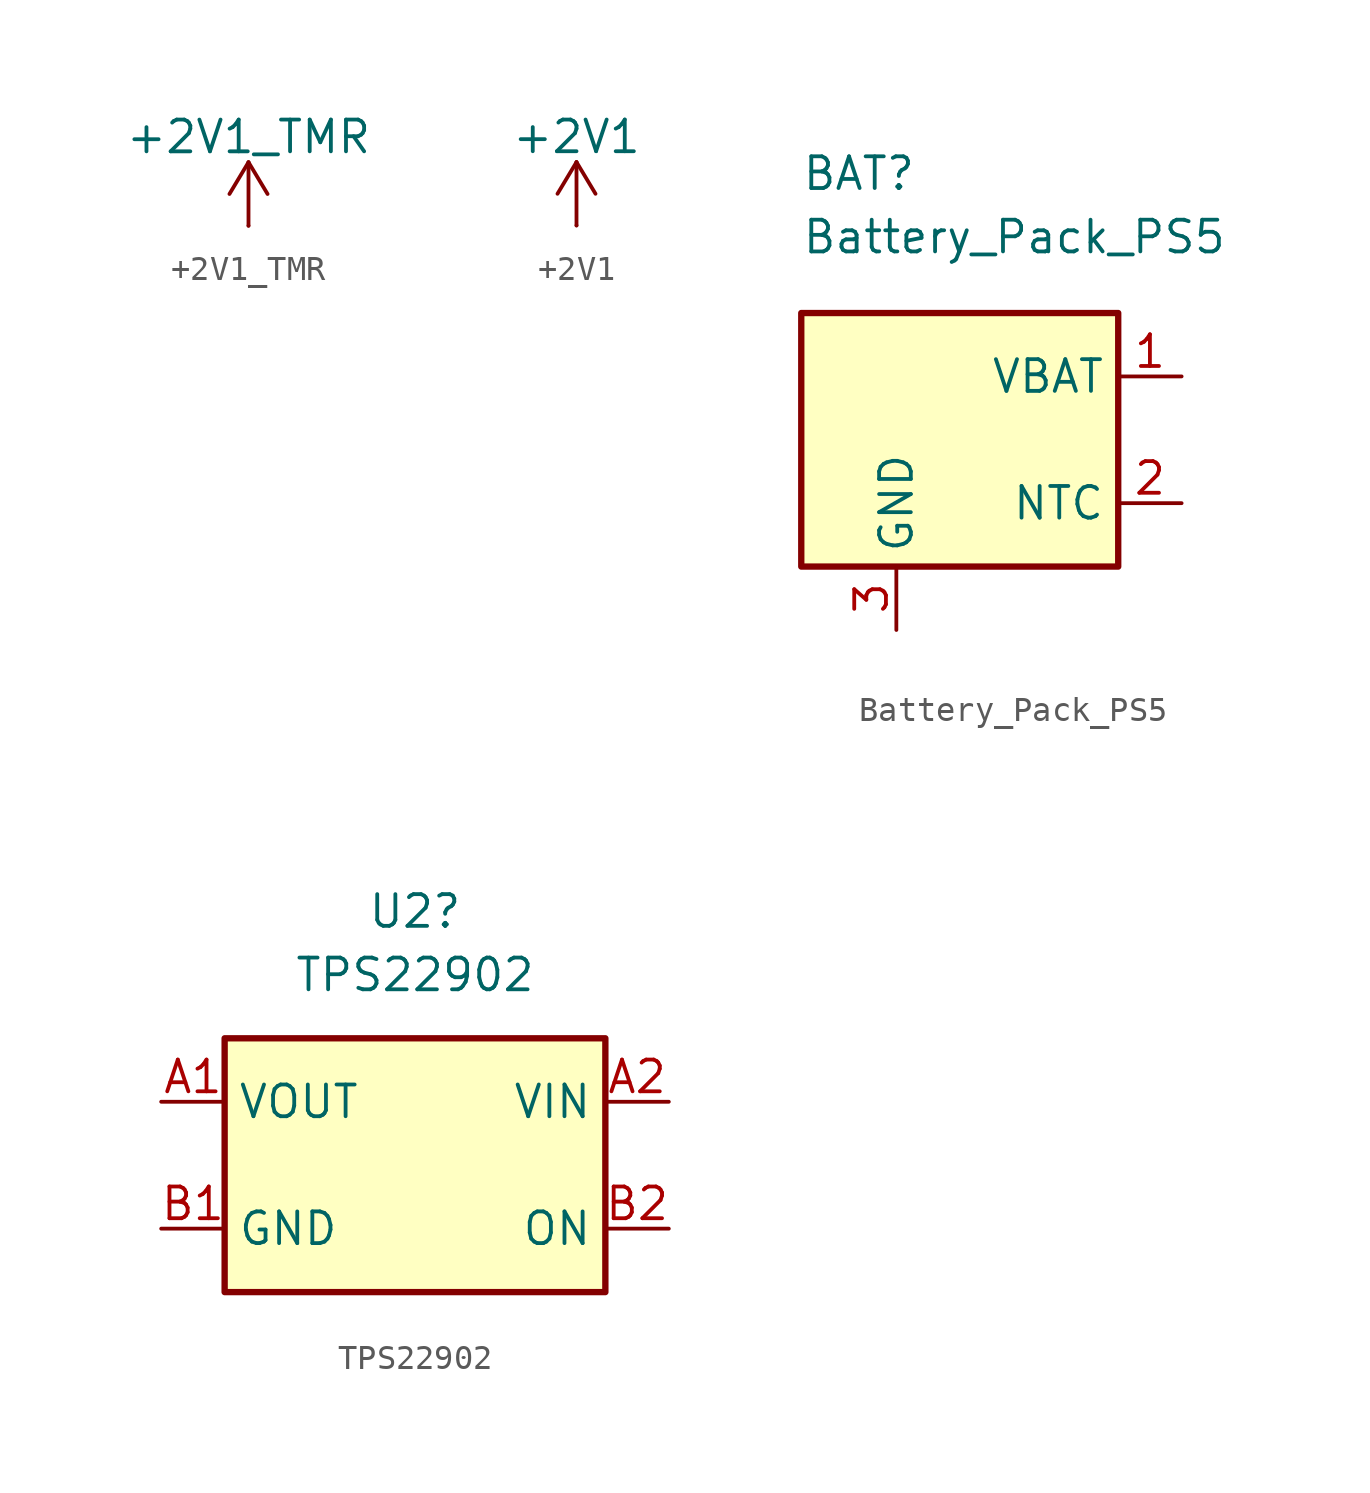
<source format=kicad_sym>
(kicad_symbol_lib
  (version 20241209)
  (generator "kicad_symbol_editor")
  (generator_version "9.0")
  (symbol "+2V1_TMR"
    (power)
    (pin_numbers
      (hide yes))
    (pin_names
      (offset 0)
      (hide yes))
    (property "Reference" "#PWR"
      (at 0 -3.81 0)
      (effects (font (size 1.27 1.27)) (hide yes)))
    (property "Value" "+2V1_TMR"
      (at 0 3.556 0)
      (effects (font (size 1.27 1.27))))
    (symbol "+2V1_TMR_0_1"
      (polyline (pts (xy -0.762 1.27) (xy 0 2.54)) (stroke (width 0) (type default)) (fill (type none)))
      (polyline (pts (xy 0 2.54) (xy 0.762 1.27)) (stroke (width 0) (type default)) (fill (type none)))
      (polyline (pts (xy 0 0) (xy 0 2.54)) (stroke (width 0) (type default)) (fill (type none))))
    (symbol "+2V1_TMR_1_1"
      (pin power_in line (at 0 0 90) (length 0) (name "~" (effects (font (size 1.27 1.27)))) (number "1" (effects (font (size 1.27 1.27)))))))
  (symbol "+2V1"
    (power)
    (pin_numbers
      (hide yes))
    (pin_names
      (offset 0)
      (hide yes))
    (property "Reference" "#PWR"
      (at 0 -3.81 0)
      (effects (font (size 1.27 1.27)) (hide yes)))
    (property "Value" "+2V1"
      (at 0 3.556 0)
      (effects (font (size 1.27 1.27))))
    (symbol "+2V1_0_1"
      (polyline (pts (xy -0.762 1.27) (xy 0 2.54)) (stroke (width 0) (type default)) (fill (type none)))
      (polyline (pts (xy 0 2.54) (xy 0.762 1.27)) (stroke (width 0) (type default)) (fill (type none)))
      (polyline (pts (xy 0 0) (xy 0 2.54)) (stroke (width 0) (type default)) (fill (type none))))
    (symbol "+2V1_1_1"
      (pin power_in line (at 0 0 90) (length 0) (name "~" (effects (font (size 1.27 1.27)))) (number "1" (effects (font (size 1.27 1.27)))))))
  (symbol "Battery_Pack_PS5"
    (property "Reference" "BAT"
      (at -6.35 10.668 0)
      (effects (font (size 1.27 1.27)) (justify left)))
    (property "Value" "Battery_Pack_PS5"
      (at -6.35 8.128 0)
      (effects (font (size 1.27 1.27)) (justify left)))
    (symbol "Battery_Pack_PS5_0_1"
      (rectangle (start -6.35 5.08) (end 6.35 -5.08) (stroke (width 0.254) (type default)) (fill (type background))))
    (symbol "Battery_Pack_PS5_1_1"
      (pin power_in line (at -2.54 -7.62 90) (length 2.54) (name "GND" (effects (font (size 1.27 1.27)))) (number "3" (effects (font (size 1.27 1.27)))))
      (pin power_out line (at 8.89 2.54 180) (length 2.54) (name "VBAT" (effects (font (size 1.27 1.27)))) (number "1" (effects (font (size 1.27 1.27)))))
      (pin passive line (at 8.89 -2.54 180) (length 2.54) (name "NTC" (effects (font (size 1.27 1.27)))) (number "2" (effects (font (size 1.27 1.27)))))))
  (symbol "TPS22902"
    (property "Reference" "U2"
      (at 0 10.16 0)
      (effects (font (size 1.27 1.27))))
    (property "Value" "TPS22902"
      (at 0 7.62 0)
      (effects (font (size 1.27 1.27))))
    (symbol "TPS22902_1_1"
      (rectangle (start -7.62 5.08) (end 7.62 -5.08) (stroke (width 0.254) (type default)) (fill (type background)))
      (pin power_out line (at -10.16 2.54 0) (length 2.54) (name "VOUT" (effects (font (size 1.27 1.27)))) (number "A1" (effects (font (size 1.27 1.27)))))
      (pin output line (at -10.16 -2.54 0) (length 2.54) (name "GND" (effects (font (size 1.27 1.27)))) (number "B1" (effects (font (size 1.27 1.27)))))
      (pin power_in line (at 10.16 2.54 180) (length 2.54) (name "VIN" (effects (font (size 1.27 1.27)))) (number "A2" (effects (font (size 1.27 1.27)))))
      (pin input line (at 10.16 -2.54 180) (length 2.54) (name "ON" (effects (font (size 1.27 1.27)))) (number "B2" (effects (font (size 1.27 1.27))))))))
</source>
